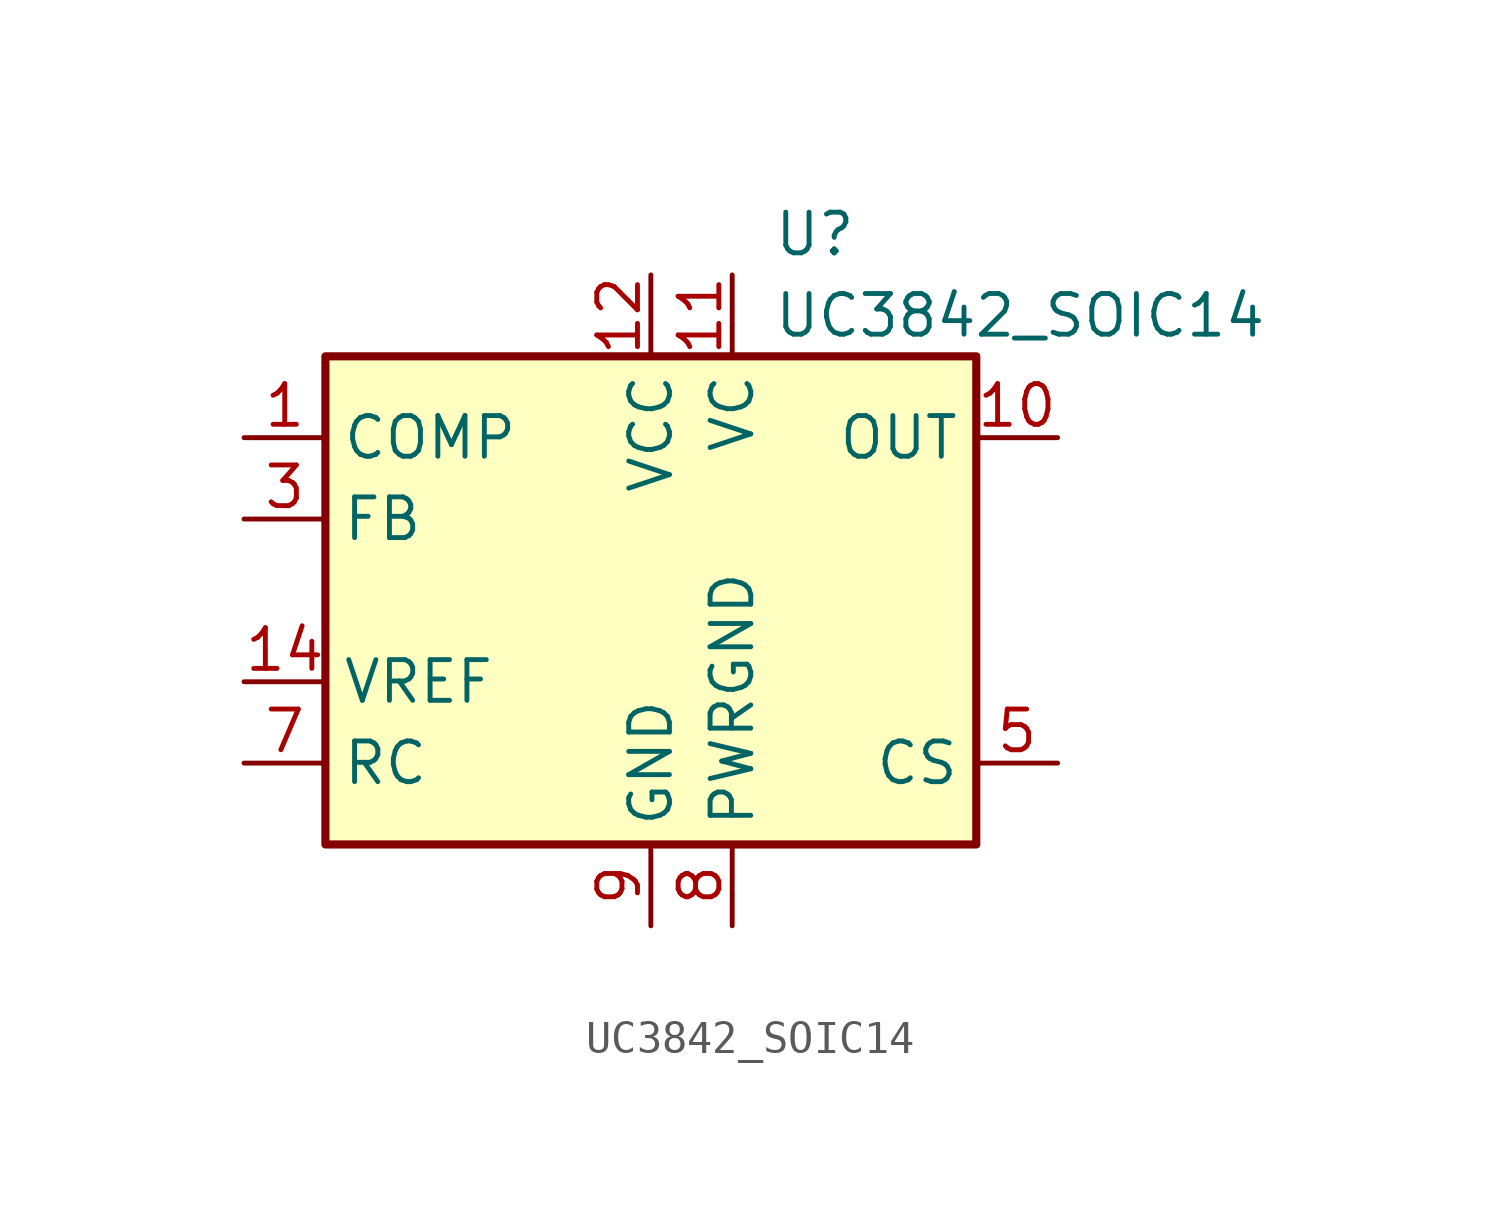
<source format=kicad_sym>
(kicad_symbol_lib
  (version 20200908)
  (generator kicad_symbol_editor)
  (symbol "Regulator_Controller:UC3842_SOIC14"
    (property "Reference" "U"
      (at 3.81 11.43 0)
      (effects (font (size 1.27 1.27)) (justify left)))
    (property "Value" "UC3842_SOIC14"
      (at 3.81 8.89 0)
      (effects (font (size 1.27 1.27)) (justify left)))
    (symbol "UC3842_SOIC14_0_1"
      (rectangle (start -10.16 -7.62) (end 10.16 7.62) (stroke (width 0.254)) (fill (type background))))
    (symbol "UC3842_SOIC14_1_1"
      (pin passive line (at -12.7 5.08 0) (length 2.54) (name "COMP" (effects (font (size 1.27 1.27)))) (number "1" (effects (font (size 1.27 1.27)))))
      (pin output line (at 12.7 5.08 180) (length 2.54) (name "OUT" (effects (font (size 1.27 1.27)))) (number "10" (effects (font (size 1.27 1.27)))))
      (pin power_in line (at 2.54 10.16 270) (length 2.54) (name "VC" (effects (font (size 1.27 1.27)))) (number "11" (effects (font (size 1.27 1.27)))))
      (pin power_in line (at 0 10.16 270) (length 2.54) (name "VCC" (effects (font (size 1.27 1.27)))) (number "12" (effects (font (size 1.27 1.27)))))
      (pin unconnected line (at -2.54 -7.62 90) (length 2.54) hide (name "NC" (effects (font (size 1.27 1.27)))) (number "13" (effects (font (size 1.27 1.27)))))
      (pin power_out line (at -12.7 -2.54 0) (length 2.54) (name "VREF" (effects (font (size 1.27 1.27)))) (number "14" (effects (font (size 1.27 1.27)))))
      (pin unconnected line (at -10.16 -7.62 90) (length 2.54) hide (name "NC" (effects (font (size 1.27 1.27)))) (number "2" (effects (font (size 1.27 1.27)))))
      (pin input line (at -12.7 2.54 0) (length 2.54) (name "FB" (effects (font (size 1.27 1.27)))) (number "3" (effects (font (size 1.27 1.27)))))
      (pin unconnected line (at -7.62 -7.62 90) (length 2.54) hide (name "NC" (effects (font (size 1.27 1.27)))) (number "4" (effects (font (size 1.27 1.27)))))
      (pin input line (at 12.7 -5.08 180) (length 2.54) (name "CS" (effects (font (size 1.27 1.27)))) (number "5" (effects (font (size 1.27 1.27)))))
      (pin unconnected line (at -5.08 -7.62 90) (length 2.54) hide (name "NC" (effects (font (size 1.27 1.27)))) (number "6" (effects (font (size 1.27 1.27)))))
      (pin passive line (at -12.7 -5.08 0) (length 2.54) (name "RC" (effects (font (size 1.27 1.27)))) (number "7" (effects (font (size 1.27 1.27)))))
      (pin power_in line (at 2.54 -10.16 90) (length 2.54) (name "PWRGND" (effects (font (size 1.27 1.27)))) (number "8" (effects (font (size 1.27 1.27)))))
      (pin power_in line (at 0 -10.16 90) (length 2.54) (name "GND" (effects (font (size 1.27 1.27)))) (number "9" (effects (font (size 1.27 1.27))))))))
</source>
